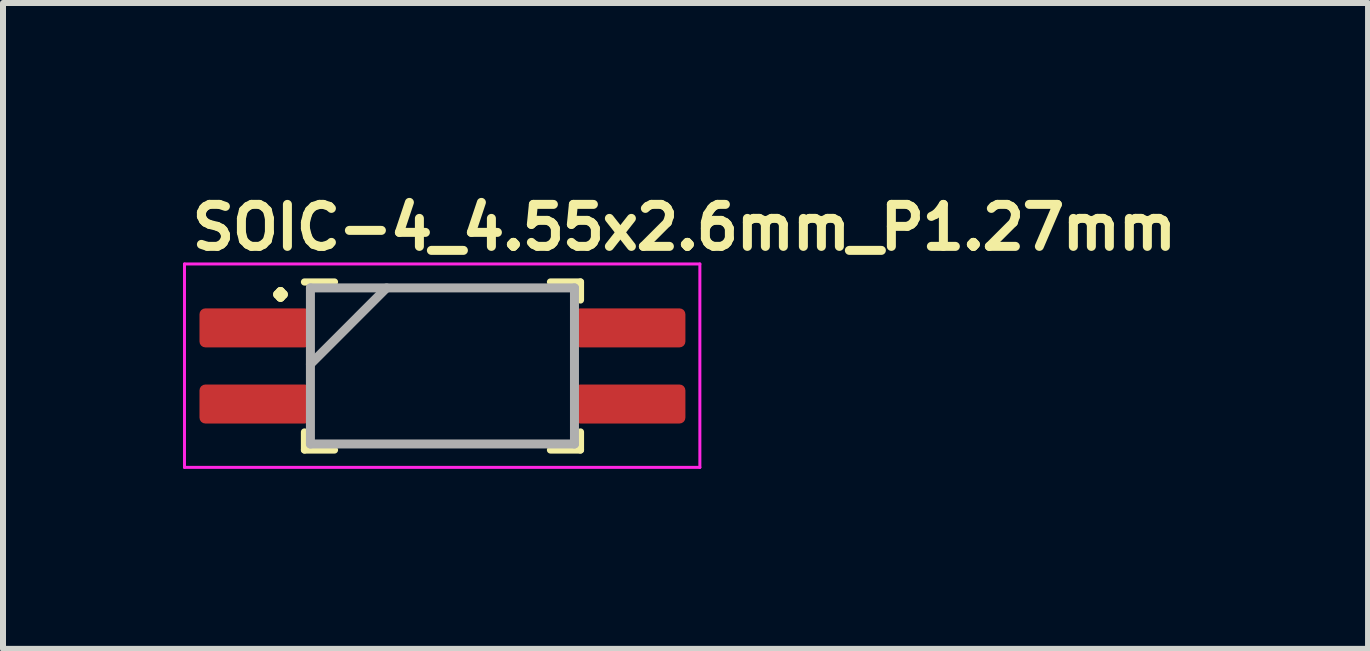
<source format=kicad_pcb>
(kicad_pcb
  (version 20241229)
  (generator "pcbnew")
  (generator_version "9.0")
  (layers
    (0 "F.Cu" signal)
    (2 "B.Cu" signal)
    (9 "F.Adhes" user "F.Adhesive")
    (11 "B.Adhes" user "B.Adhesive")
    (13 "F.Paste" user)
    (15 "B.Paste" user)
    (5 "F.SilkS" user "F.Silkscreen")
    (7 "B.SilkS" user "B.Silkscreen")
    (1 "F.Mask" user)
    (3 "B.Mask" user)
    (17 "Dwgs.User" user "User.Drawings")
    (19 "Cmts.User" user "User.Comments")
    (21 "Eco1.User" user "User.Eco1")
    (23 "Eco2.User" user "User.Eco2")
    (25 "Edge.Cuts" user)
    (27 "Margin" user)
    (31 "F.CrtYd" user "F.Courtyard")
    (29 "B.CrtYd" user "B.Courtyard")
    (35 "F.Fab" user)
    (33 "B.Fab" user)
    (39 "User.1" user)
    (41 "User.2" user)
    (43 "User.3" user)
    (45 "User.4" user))
  (footprint "SOIC-4_4.55x2.6mm_P1.27mm"
    (layer "F.Cu")
    (at 4.325 3.05)
    (property "Reference" "SOIC-4_4.55x2.6mm_P1.27mm" (at -4.25 -1.9 0) (layer "F.SilkS") (effects (font (size 0.7 0.7) (thickness 0.15)) (justify left bottom)))
    (attr smd)
    (fp_line (start -2.3 -1.4) (end -1.8 -1.4) (stroke (width 0.12) (type solid)) (layer "F.SilkS"))
    (fp_line (start -2.3 1.1) (end -2.3 1.4) (stroke (width 0.12) (type solid)) (layer "F.SilkS"))
    (fp_line (start -1.8 1.4) (end -2.3 1.4) (stroke (width 0.12) (type solid)) (layer "F.SilkS"))
    (fp_line (start 1.8 -1.4) (end 2.3 -1.4) (stroke (width 0.12) (type solid)) (layer "F.SilkS"))
    (fp_line (start 2.3 -1.1) (end 2.3 -1.4) (stroke (width 0.12) (type solid)) (layer "F.SilkS"))
    (fp_line (start 2.3 1.1) (end 2.3 1.4) (stroke (width 0.12) (type solid)) (layer "F.SilkS"))
    (fp_line (start 2.3 1.4) (end 1.8 1.4) (stroke (width 0.12) (type solid)) (layer "F.SilkS"))
    (fp_line (start -4.3 -1.7) (end 4.29 -1.7) (stroke (width 0.05) (type solid)) (layer "F.CrtYd"))
    (fp_line (start -4.3 1.69) (end -4.3 -1.7) (stroke (width 0.05) (type solid)) (layer "F.CrtYd"))
    (fp_line (start 4.29 -1.7) (end 4.29 1.69) (stroke (width 0.05) (type solid)) (layer "F.CrtYd"))
    (fp_line (start 4.29 1.69) (end -4.3 1.69) (stroke (width 0.05) (type solid)) (layer "F.CrtYd"))
    (fp_line (start -2.201 -1.301) (end 2.2 -1.301) (stroke (width 0.15) (type solid)) (layer "F.Fab"))
    (fp_line (start -2.201 -0.03) (end -0.931 -1.301) (stroke (width 0.15) (type solid)) (layer "F.Fab"))
    (fp_line (start -2.201 1.3) (end -2.201 -1.301) (stroke (width 0.15) (type solid)) (layer "F.Fab"))
    (fp_line (start 2.2 -1.301) (end 2.2 1.3) (stroke (width 0.15) (type solid)) (layer "F.Fab"))
    (fp_line (start 2.2 1.3) (end -2.201 1.3) (stroke (width 0.15) (type solid)) (layer "F.Fab"))
    (fp_line (start -3.5 -0.835) (end -3.161 -0.835) (stroke (width 0.01) (type solid)) (layer "User.9"))
    (fp_line (start -3.5 -0.435) (end -3.5 -0.835) (stroke (width 0.01) (type solid)) (layer "User.9"))
    (fp_line (start -3.5 -0.435) (end -3.161 -0.435) (stroke (width 0.01) (type solid)) (layer "User.9"))
    (fp_line (start -3.5 0.435) (end -3.161 0.435) (stroke (width 0.01) (type solid)) (layer "User.9"))
    (fp_line (start -3.5 0.835) (end -3.5 0.435) (stroke (width 0.01) (type solid)) (layer "User.9"))
    (fp_line (start -3.5 0.835) (end -3.161 0.835) (stroke (width 0.01) (type solid)) (layer "User.9"))
    (fp_line (start -3.161 -0.835) (end -3.078 -0.835) (stroke (width 0.01) (type solid)) (layer "User.9"))
    (fp_line (start -3.161 -0.435) (end -3.078 -0.435) (stroke (width 0.01) (type solid)) (layer "User.9"))
    (fp_line (start -3.161 0.435) (end -3.078 0.435) (stroke (width 0.01) (type solid)) (layer "User.9"))
    (fp_line (start -3.161 0.835) (end -3.078 0.835) (stroke (width 0.01) (type solid)) (layer "User.9"))
    (fp_line (start -3.078 -0.835) (end -2.396 -0.835) (stroke (width 0.01) (type solid)) (layer "User.9"))
    (fp_line (start -3.078 -0.435) (end -2.396 -0.435) (stroke (width 0.01) (type solid)) (layer "User.9"))
    (fp_line (start -3.078 0.435) (end -2.396 0.435) (stroke (width 0.01) (type solid)) (layer "User.9"))
    (fp_line (start -3.078 0.835) (end -2.396 0.835) (stroke (width 0.01) (type solid)) (layer "User.9"))
    (fp_line (start -2.396 -0.835) (end -2.313 -0.835) (stroke (width 0.01) (type solid)) (layer "User.9"))
    (fp_line (start -2.396 -0.435) (end -2.313 -0.435) (stroke (width 0.01) (type solid)) (layer "User.9"))
    (fp_line (start -2.396 0.435) (end -2.313 0.435) (stroke (width 0.01) (type solid)) (layer "User.9"))
    (fp_line (start -2.396 0.835) (end -2.313 0.835) (stroke (width 0.01) (type solid)) (layer "User.9"))
    (fp_line (start -2.313 -0.835) (end -2.2 -0.835) (stroke (width 0.01) (type solid)) (layer "User.9"))
    (fp_line (start -2.313 -0.435) (end -2.2 -0.435) (stroke (width 0.01) (type solid)) (layer "User.9"))
    (fp_line (start -2.313 0.435) (end -2.2 0.435) (stroke (width 0.01) (type solid)) (layer "User.9"))
    (fp_line (start -2.313 0.835) (end -2.2 0.835) (stroke (width 0.01) (type solid)) (layer "User.9"))
    (fp_line (start -2.2 -1.3) (end 2.2 -1.3) (stroke (width 0.01) (type solid)) (layer "User.9"))
    (fp_line (start -2.2 -0.435) (end -2.2 -0.835) (stroke (width 0.01) (type solid)) (layer "User.9"))
    (fp_line (start -2.2 0.835) (end -2.2 0.435) (stroke (width 0.01) (type solid)) (layer "User.9"))
    (fp_line (start -2.2 1.3) (end -2.2 -1.3) (stroke (width 0.01) (type solid)) (layer "User.9"))
    (fp_line (start -2.2 1.3) (end 2.2 1.3) (stroke (width 0.01) (type solid)) (layer "User.9"))
    (fp_line (start -1.755 -0.58) (end -1.755 -0.58) (stroke (width 0.01) (type solid)) (layer "User.9"))
    (fp_line (start -1.755 -0.58) (end -1.755 -0.566) (stroke (width 0.01) (type solid)) (layer "User.9"))
    (fp_line (start -1.755 -0.594) (end -1.755 -0.58) (stroke (width 0.01) (type solid)) (layer "User.9"))
    (fp_line (start -1.755 -0.566) (end -1.754 -0.552) (stroke (width 0.01) (type solid)) (layer "User.9"))
    (fp_line (start -1.754 -0.608) (end -1.755 -0.594) (stroke (width 0.01) (type solid)) (layer "User.9"))
    (fp_line (start -1.754 -0.552) (end -1.752 -0.538) (stroke (width 0.01) (type solid)) (layer "User.9"))
    (fp_line (start -1.752 -0.622) (end -1.754 -0.608) (stroke (width 0.01) (type solid)) (layer "User.9"))
    (fp_line (start -1.752 -0.538) (end -1.749 -0.525) (stroke (width 0.01) (type solid)) (layer "User.9"))
    (fp_line (start -1.749 -0.635) (end -1.752 -0.622) (stroke (width 0.01) (type solid)) (layer "User.9"))
    (fp_line (start -1.749 -0.525) (end -1.746 -0.511) (stroke (width 0.01) (type solid)) (layer "User.9"))
    (fp_line (start -1.746 -0.649) (end -1.749 -0.635) (stroke (width 0.01) (type solid)) (layer "User.9"))
    (fp_line (start -1.746 -0.511) (end -1.743 -0.498) (stroke (width 0.01) (type solid)) (layer "User.9"))
    (fp_line (start -1.743 -0.662) (end -1.746 -0.649) (stroke (width 0.01) (type solid)) (layer "User.9"))
    (fp_line (start -1.743 -0.498) (end -1.738 -0.485) (stroke (width 0.01) (type solid)) (layer "User.9"))
    (fp_line (start -1.738 -0.675) (end -1.743 -0.662) (stroke (width 0.01) (type solid)) (layer "User.9"))
    (fp_line (start -1.738 -0.485) (end -1.733 -0.473) (stroke (width 0.01) (type solid)) (layer "User.9"))
    (fp_line (start -1.733 -0.687) (end -1.738 -0.675) (stroke (width 0.01) (type solid)) (layer "User.9"))
    (fp_line (start -1.733 -0.473) (end -1.728 -0.461) (stroke (width 0.01) (type solid)) (layer "User.9"))
    (fp_line (start -1.728 -0.699) (end -1.733 -0.687) (stroke (width 0.01) (type solid)) (layer "User.9"))
    (fp_line (start -1.728 -0.461) (end -1.722 -0.449) (stroke (width 0.01) (type solid)) (layer "User.9"))
    (fp_line (start -1.722 -0.711) (end -1.728 -0.699) (stroke (width 0.01) (type solid)) (layer "User.9"))
    (fp_line (start -1.722 -0.449) (end -1.715 -0.437) (stroke (width 0.01) (type solid)) (layer "User.9"))
    (fp_line (start -1.715 -0.723) (end -1.722 -0.711) (stroke (width 0.01) (type solid)) (layer "User.9"))
    (fp_line (start -1.715 -0.437) (end -1.708 -0.426) (stroke (width 0.01) (type solid)) (layer "User.9"))
    (fp_line (start -1.708 -0.734) (end -1.715 -0.723) (stroke (width 0.01) (type solid)) (layer "User.9"))
    (fp_line (start -1.708 -0.426) (end -1.7 -0.415) (stroke (width 0.01) (type solid)) (layer "User.9"))
    (fp_line (start -1.7 -0.745) (end -1.708 -0.734) (stroke (width 0.01) (type solid)) (layer "User.9"))
    (fp_line (start -1.7 -0.415) (end -1.692 -0.405) (stroke (width 0.01) (type solid)) (layer "User.9"))
    (fp_line (start -1.692 -0.755) (end -1.7 -0.745) (stroke (width 0.01) (type solid)) (layer "User.9"))
    (fp_line (start -1.692 -0.405) (end -1.684 -0.395) (stroke (width 0.01) (type solid)) (layer "User.9"))
    (fp_line (start -1.684 -0.765) (end -1.692 -0.755) (stroke (width 0.01) (type solid)) (layer "User.9"))
    (fp_line (start -1.684 -0.395) (end -1.674 -0.386) (stroke (width 0.01) (type solid)) (layer "User.9"))
    (fp_line (start -1.674 -0.774) (end -1.684 -0.765) (stroke (width 0.01) (type solid)) (layer "User.9"))
    (fp_line (start -1.674 -0.386) (end -1.665 -0.376) (stroke (width 0.01) (type solid)) (layer "User.9"))
    (fp_line (start -1.665 -0.784) (end -1.674 -0.774) (stroke (width 0.01) (type solid)) (layer "User.9"))
    (fp_line (start -1.665 -0.376) (end -1.655 -0.368) (stroke (width 0.01) (type solid)) (layer "User.9"))
    (fp_line (start -1.655 -0.792) (end -1.665 -0.784) (stroke (width 0.01) (type solid)) (layer "User.9"))
    (fp_line (start -1.655 -0.368) (end -1.645 -0.36) (stroke (width 0.01) (type solid)) (layer "User.9"))
    (fp_line (start -1.645 -0.8) (end -1.655 -0.792) (stroke (width 0.01) (type solid)) (layer "User.9"))
    (fp_line (start -1.645 -0.36) (end -1.634 -0.352) (stroke (width 0.01) (type solid)) (layer "User.9"))
    (fp_line (start -1.634 -0.808) (end -1.645 -0.8) (stroke (width 0.01) (type solid)) (layer "User.9"))
    (fp_line (start -1.634 -0.352) (end -1.623 -0.345) (stroke (width 0.01) (type solid)) (layer "User.9"))
    (fp_line (start -1.623 -0.815) (end -1.634 -0.808) (stroke (width 0.01) (type solid)) (layer "User.9"))
    (fp_line (start -1.623 -0.345) (end -1.611 -0.338) (stroke (width 0.01) (type solid)) (layer "User.9"))
    (fp_line (start -1.611 -0.822) (end -1.623 -0.815) (stroke (width 0.01) (type solid)) (layer "User.9"))
    (fp_line (start -1.611 -0.338) (end -1.599 -0.332) (stroke (width 0.01) (type solid)) (layer "User.9"))
    (fp_line (start -1.599 -0.828) (end -1.611 -0.822) (stroke (width 0.01) (type solid)) (layer "User.9"))
    (fp_line (start -1.599 -0.332) (end -1.587 -0.327) (stroke (width 0.01) (type solid)) (layer "User.9"))
    (fp_line (start -1.587 -0.833) (end -1.599 -0.828) (stroke (width 0.01) (type solid)) (layer "User.9"))
    (fp_line (start -1.587 -0.327) (end -1.575 -0.322) (stroke (width 0.01) (type solid)) (layer "User.9"))
    (fp_line (start -1.575 -0.838) (end -1.587 -0.833) (stroke (width 0.01) (type solid)) (layer "User.9"))
    (fp_line (start -1.575 -0.322) (end -1.562 -0.317) (stroke (width 0.01) (type solid)) (layer "User.9"))
    (fp_line (start -1.562 -0.843) (end -1.575 -0.838) (stroke (width 0.01) (type solid)) (layer "User.9"))
    (fp_line (start -1.562 -0.317) (end -1.549 -0.314) (stroke (width 0.01) (type solid)) (layer "User.9"))
    (fp_line (start -1.549 -0.846) (end -1.562 -0.843) (stroke (width 0.01) (type solid)) (layer "User.9"))
    (fp_line (start -1.549 -0.314) (end -1.535 -0.311) (stroke (width 0.01) (type solid)) (layer "User.9"))
    (fp_line (start -1.535 -0.849) (end -1.549 -0.846) (stroke (width 0.01) (type solid)) (layer "User.9"))
    (fp_line (start -1.535 -0.311) (end -1.522 -0.308) (stroke (width 0.01) (type solid)) (layer "User.9"))
    (fp_line (start -1.522 -0.852) (end -1.535 -0.849) (stroke (width 0.01) (type solid)) (layer "User.9"))
    (fp_line (start -1.522 -0.308) (end -1.508 -0.306) (stroke (width 0.01) (type solid)) (layer "User.9"))
    (fp_line (start -1.508 -0.854) (end -1.522 -0.852) (stroke (width 0.01) (type solid)) (layer "User.9"))
    (fp_line (start -1.508 -0.306) (end -1.494 -0.305) (stroke (width 0.01) (type solid)) (layer "User.9"))
    (fp_line (start -1.494 -0.855) (end -1.508 -0.854) (stroke (width 0.01) (type solid)) (layer "User.9"))
    (fp_line (start -1.494 -0.305) (end -1.48 -0.305) (stroke (width 0.01) (type solid)) (layer "User.9"))
    (fp_line (start -1.48 -0.855) (end -1.494 -0.855) (stroke (width 0.01) (type solid)) (layer "User.9"))
    (fp_line (start -1.48 -0.855) (end -1.48 -0.855) (stroke (width 0.01) (type solid)) (layer "User.9"))
    (fp_line (start -1.48 -0.305) (end -1.48 -0.305) (stroke (width 0.01) (type solid)) (layer "User.9"))
    (fp_line (start -1.48 -0.305) (end -1.466 -0.305) (stroke (width 0.01) (type solid)) (layer "User.9"))
    (fp_line (start -1.466 -0.855) (end -1.48 -0.855) (stroke (width 0.01) (type solid)) (layer "User.9"))
    (fp_line (start -1.466 -0.305) (end -1.452 -0.306) (stroke (width 0.01) (type solid)) (layer "User.9"))
    (fp_line (start -1.452 -0.854) (end -1.466 -0.855) (stroke (width 0.01) (type solid)) (layer "User.9"))
    (fp_line (start -1.452 -0.306) (end -1.438 -0.308) (stroke (width 0.01) (type solid)) (layer "User.9"))
    (fp_line (start -1.438 -0.852) (end -1.452 -0.854) (stroke (width 0.01) (type solid)) (layer "User.9"))
    (fp_line (start -1.438 -0.308) (end -1.425 -0.311) (stroke (width 0.01) (type solid)) (layer "User.9"))
    (fp_line (start -1.425 -0.849) (end -1.438 -0.852) (stroke (width 0.01) (type solid)) (layer "User.9"))
    (fp_line (start -1.425 -0.311) (end -1.411 -0.314) (stroke (width 0.01) (type solid)) (layer "User.9"))
    (fp_line (start -1.411 -0.846) (end -1.425 -0.849) (stroke (width 0.01) (type solid)) (layer "User.9"))
    (fp_line (start -1.411 -0.314) (end -1.398 -0.317) (stroke (width 0.01) (type solid)) (layer "User.9"))
    (fp_line (start -1.398 -0.843) (end -1.411 -0.846) (stroke (width 0.01) (type solid)) (layer "User.9"))
    (fp_line (start -1.398 -0.317) (end -1.385 -0.322) (stroke (width 0.01) (type solid)) (layer "User.9"))
    (fp_line (start -1.385 -0.838) (end -1.398 -0.843) (stroke (width 0.01) (type solid)) (layer "User.9"))
    (fp_line (start -1.385 -0.322) (end -1.373 -0.327) (stroke (width 0.01) (type solid)) (layer "User.9"))
    (fp_line (start -1.373 -0.833) (end -1.385 -0.838) (stroke (width 0.01) (type solid)) (layer "User.9"))
    (fp_line (start -1.373 -0.327) (end -1.361 -0.332) (stroke (width 0.01) (type solid)) (layer "User.9"))
    (fp_line (start -1.361 -0.828) (end -1.373 -0.833) (stroke (width 0.01) (type solid)) (layer "User.9"))
    (fp_line (start -1.361 -0.332) (end -1.349 -0.338) (stroke (width 0.01) (type solid)) (layer "User.9"))
    (fp_line (start -1.349 -0.822) (end -1.361 -0.828) (stroke (width 0.01) (type solid)) (layer "User.9"))
    (fp_line (start -1.349 -0.338) (end -1.337 -0.345) (stroke (width 0.01) (type solid)) (layer "User.9"))
    (fp_line (start -1.337 -0.815) (end -1.349 -0.822) (stroke (width 0.01) (type solid)) (layer "User.9"))
    (fp_line (start -1.337 -0.345) (end -1.326 -0.352) (stroke (width 0.01) (type solid)) (layer "User.9"))
    (fp_line (start -1.326 -0.808) (end -1.337 -0.815) (stroke (width 0.01) (type solid)) (layer "User.9"))
    (fp_line (start -1.326 -0.352) (end -1.315 -0.36) (stroke (width 0.01) (type solid)) (layer "User.9"))
    (fp_line (start -1.315 -0.8) (end -1.326 -0.808) (stroke (width 0.01) (type solid)) (layer "User.9"))
    (fp_line (start -1.315 -0.36) (end -1.305 -0.368) (stroke (width 0.01) (type solid)) (layer "User.9"))
    (fp_line (start -1.305 -0.792) (end -1.315 -0.8) (stroke (width 0.01) (type solid)) (layer "User.9"))
    (fp_line (start -1.305 -0.368) (end -1.295 -0.376) (stroke (width 0.01) (type solid)) (layer "User.9"))
    (fp_line (start -1.295 -0.784) (end -1.305 -0.792) (stroke (width 0.01) (type solid)) (layer "User.9"))
    (fp_line (start -1.295 -0.376) (end -1.286 -0.386) (stroke (width 0.01) (type solid)) (layer "User.9"))
    (fp_line (start -1.286 -0.774) (end -1.295 -0.784) (stroke (width 0.01) (type solid)) (layer "User.9"))
    (fp_line (start -1.286 -0.386) (end -1.276 -0.395) (stroke (width 0.01) (type solid)) (layer "User.9"))
    (fp_line (start -1.276 -0.765) (end -1.286 -0.774) (stroke (width 0.01) (type solid)) (layer "User.9"))
    (fp_line (start -1.276 -0.395) (end -1.268 -0.405) (stroke (width 0.01) (type solid)) (layer "User.9"))
    (fp_line (start -1.268 -0.755) (end -1.276 -0.765) (stroke (width 0.01) (type solid)) (layer "User.9"))
    (fp_line (start -1.268 -0.405) (end -1.26 -0.415) (stroke (width 0.01) (type solid)) (layer "User.9"))
    (fp_line (start -1.26 -0.745) (end -1.268 -0.755) (stroke (width 0.01) (type solid)) (layer "User.9"))
    (fp_line (start -1.26 -0.415) (end -1.252 -0.426) (stroke (width 0.01) (type solid)) (layer "User.9"))
    (fp_line (start -1.252 -0.734) (end -1.26 -0.745) (stroke (width 0.01) (type solid)) (layer "User.9"))
    (fp_line (start -1.252 -0.426) (end -1.245 -0.437) (stroke (width 0.01) (type solid)) (layer "User.9"))
    (fp_line (start -1.245 -0.723) (end -1.252 -0.734) (stroke (width 0.01) (type solid)) (layer "User.9"))
    (fp_line (start -1.245 -0.437) (end -1.238 -0.449) (stroke (width 0.01) (type solid)) (layer "User.9"))
    (fp_line (start -1.238 -0.711) (end -1.245 -0.723) (stroke (width 0.01) (type solid)) (layer "User.9"))
    (fp_line (start -1.238 -0.449) (end -1.232 -0.461) (stroke (width 0.01) (type solid)) (layer "User.9"))
    (fp_line (start -1.232 -0.699) (end -1.238 -0.711) (stroke (width 0.01) (type solid)) (layer "User.9"))
    (fp_line (start -1.232 -0.461) (end -1.227 -0.473) (stroke (width 0.01) (type solid)) (layer "User.9"))
    (fp_line (start -1.227 -0.687) (end -1.232 -0.699) (stroke (width 0.01) (type solid)) (layer "User.9"))
    (fp_line (start -1.227 -0.473) (end -1.222 -0.485) (stroke (width 0.01) (type solid)) (layer "User.9"))
    (fp_line (start -1.222 -0.675) (end -1.227 -0.687) (stroke (width 0.01) (type solid)) (layer "User.9"))
    (fp_line (start -1.222 -0.485) (end -1.217 -0.498) (stroke (width 0.01) (type solid)) (layer "User.9"))
    (fp_line (start -1.217 -0.662) (end -1.222 -0.675) (stroke (width 0.01) (type solid)) (layer "User.9"))
    (fp_line (start -1.217 -0.498) (end -1.214 -0.511) (stroke (width 0.01) (type solid)) (layer "User.9"))
    (fp_line (start -1.214 -0.649) (end -1.217 -0.662) (stroke (width 0.01) (type solid)) (layer "User.9"))
    (fp_line (start -1.214 -0.511) (end -1.211 -0.525) (stroke (width 0.01) (type solid)) (layer "User.9"))
    (fp_line (start -1.211 -0.635) (end -1.214 -0.649) (stroke (width 0.01) (type solid)) (layer "User.9"))
    (fp_line (start -1.211 -0.525) (end -1.208 -0.538) (stroke (width 0.01) (type solid)) (layer "User.9"))
    (fp_line (start -1.208 -0.622) (end -1.211 -0.635) (stroke (width 0.01) (type solid)) (layer "User.9"))
    (fp_line (start -1.208 -0.538) (end -1.206 -0.552) (stroke (width 0.01) (type solid)) (layer "User.9"))
    (fp_line (start -1.206 -0.608) (end -1.208 -0.622) (stroke (width 0.01) (type solid)) (layer "User.9"))
    (fp_line (start -1.206 -0.552) (end -1.205 -0.566) (stroke (width 0.01) (type solid)) (layer "User.9"))
    (fp_line (start -1.205 -0.594) (end -1.206 -0.608) (stroke (width 0.01) (type solid)) (layer "User.9"))
    (fp_line (start -1.205 -0.566) (end -1.205 -0.58) (stroke (width 0.01) (type solid)) (layer "User.9"))
    (fp_line (start -1.205 -0.58) (end -1.205 -0.594) (stroke (width 0.01) (type solid)) (layer "User.9"))
    (fp_line (start -1.205 -0.58) (end -1.205 -0.58) (stroke (width 0.01) (type solid)) (layer "User.9"))
    (fp_line (start -1.205 -0.58) (end -1.205 -0.58) (stroke (width 0.01) (type solid)) (layer "User.9"))
    (fp_line (start 2.2 -0.835) (end 2.313 -0.835) (stroke (width 0.01) (type solid)) (layer "User.9"))
    (fp_line (start 2.2 -0.435) (end 2.2 -0.835) (stroke (width 0.01) (type solid)) (layer "User.9"))
    (fp_line (start 2.2 -0.435) (end 2.313 -0.435) (stroke (width 0.01) (type solid)) (layer "User.9"))
    (fp_line (start 2.2 0.435) (end 2.313 0.435) (stroke (width 0.01) (type solid)) (layer "User.9"))
    (fp_line (start 2.2 0.835) (end 2.2 0.435) (stroke (width 0.01) (type solid)) (layer "User.9"))
    (fp_line (start 2.2 0.835) (end 2.313 0.835) (stroke (width 0.01) (type solid)) (layer "User.9"))
    (fp_line (start 2.2 1.3) (end 2.2 -1.3) (stroke (width 0.01) (type solid)) (layer "User.9"))
    (fp_line (start 2.396 -0.835) (end 2.313 -0.835) (stroke (width 0.01) (type solid)) (layer "User.9"))
    (fp_line (start 2.396 -0.435) (end 2.313 -0.435) (stroke (width 0.01) (type solid)) (layer "User.9"))
    (fp_line (start 2.396 0.435) (end 2.313 0.435) (stroke (width 0.01) (type solid)) (layer "User.9"))
    (fp_line (start 2.396 0.835) (end 2.313 0.835) (stroke (width 0.01) (type solid)) (layer "User.9"))
    (fp_line (start 3.078 -0.835) (end 2.396 -0.835) (stroke (width 0.01) (type solid)) (layer "User.9"))
    (fp_line (start 3.078 -0.435) (end 2.396 -0.435) (stroke (width 0.01) (type solid)) (layer "User.9"))
    (fp_line (start 3.078 0.435) (end 2.396 0.435) (stroke (width 0.01) (type solid)) (layer "User.9"))
    (fp_line (start 3.078 0.835) (end 2.396 0.835) (stroke (width 0.01) (type solid)) (layer "User.9"))
    (fp_line (start 3.161 -0.835) (end 3.078 -0.835) (stroke (width 0.01) (type solid)) (layer "User.9"))
    (fp_line (start 3.161 -0.835) (end 3.5 -0.835) (stroke (width 0.01) (type solid)) (layer "User.9"))
    (fp_line (start 3.161 -0.435) (end 3.078 -0.435) (stroke (width 0.01) (type solid)) (layer "User.9"))
    (fp_line (start 3.161 -0.435) (end 3.5 -0.435) (stroke (width 0.01) (type solid)) (layer "User.9"))
    (fp_line (start 3.161 0.435) (end 3.078 0.435) (stroke (width 0.01) (type solid)) (layer "User.9"))
    (fp_line (start 3.161 0.435) (end 3.5 0.435) (stroke (width 0.01) (type solid)) (layer "User.9"))
    (fp_line (start 3.161 0.835) (end 3.078 0.835) (stroke (width 0.01) (type solid)) (layer "User.9"))
    (fp_line (start 3.161 0.835) (end 3.5 0.835) (stroke (width 0.01) (type solid)) (layer "User.9"))
    (fp_line (start 3.5 -0.435) (end 3.5 -0.835) (stroke (width 0.01) (type solid)) (layer "User.9"))
    (fp_line (start 3.5 0.835) (end 3.5 0.435) (stroke (width 0.01) (type solid)) (layer "User.9"))
    (fp_text user "." (at -2.7 -1.6 0) (layer "F.SilkS") (effects (font (size 1 1) (thickness 0.15))))
    (pad "1" smd roundrect (at -3.125 -0.635 90) (size 0.65 1.85) (layers "F.Cu" "F.Mask" "F.Paste") (roundrect_rratio 0.15))
    (pad "2" smd roundrect (at -3.125 0.634 90) (size 0.65 1.85) (layers "F.Cu" "F.Mask" "F.Paste") (roundrect_rratio 0.15))
    (pad "3" smd roundrect (at 3.124 0.634 90) (size 0.65 1.85) (layers "F.Cu" "F.Mask" "F.Paste") (roundrect_rratio 0.15))
    (pad "4" smd roundrect (at 3.124 -0.635 90) (size 0.65 1.85) (layers "F.Cu" "F.Mask" "F.Paste") (roundrect_rratio 0.15)))
  (gr_rect
    (start -3 -3)
    (end 19.752 7.765)
    (stroke (width 0.1) (type default))
    (fill no)
    (layer "Edge.Cuts")))
</source>
